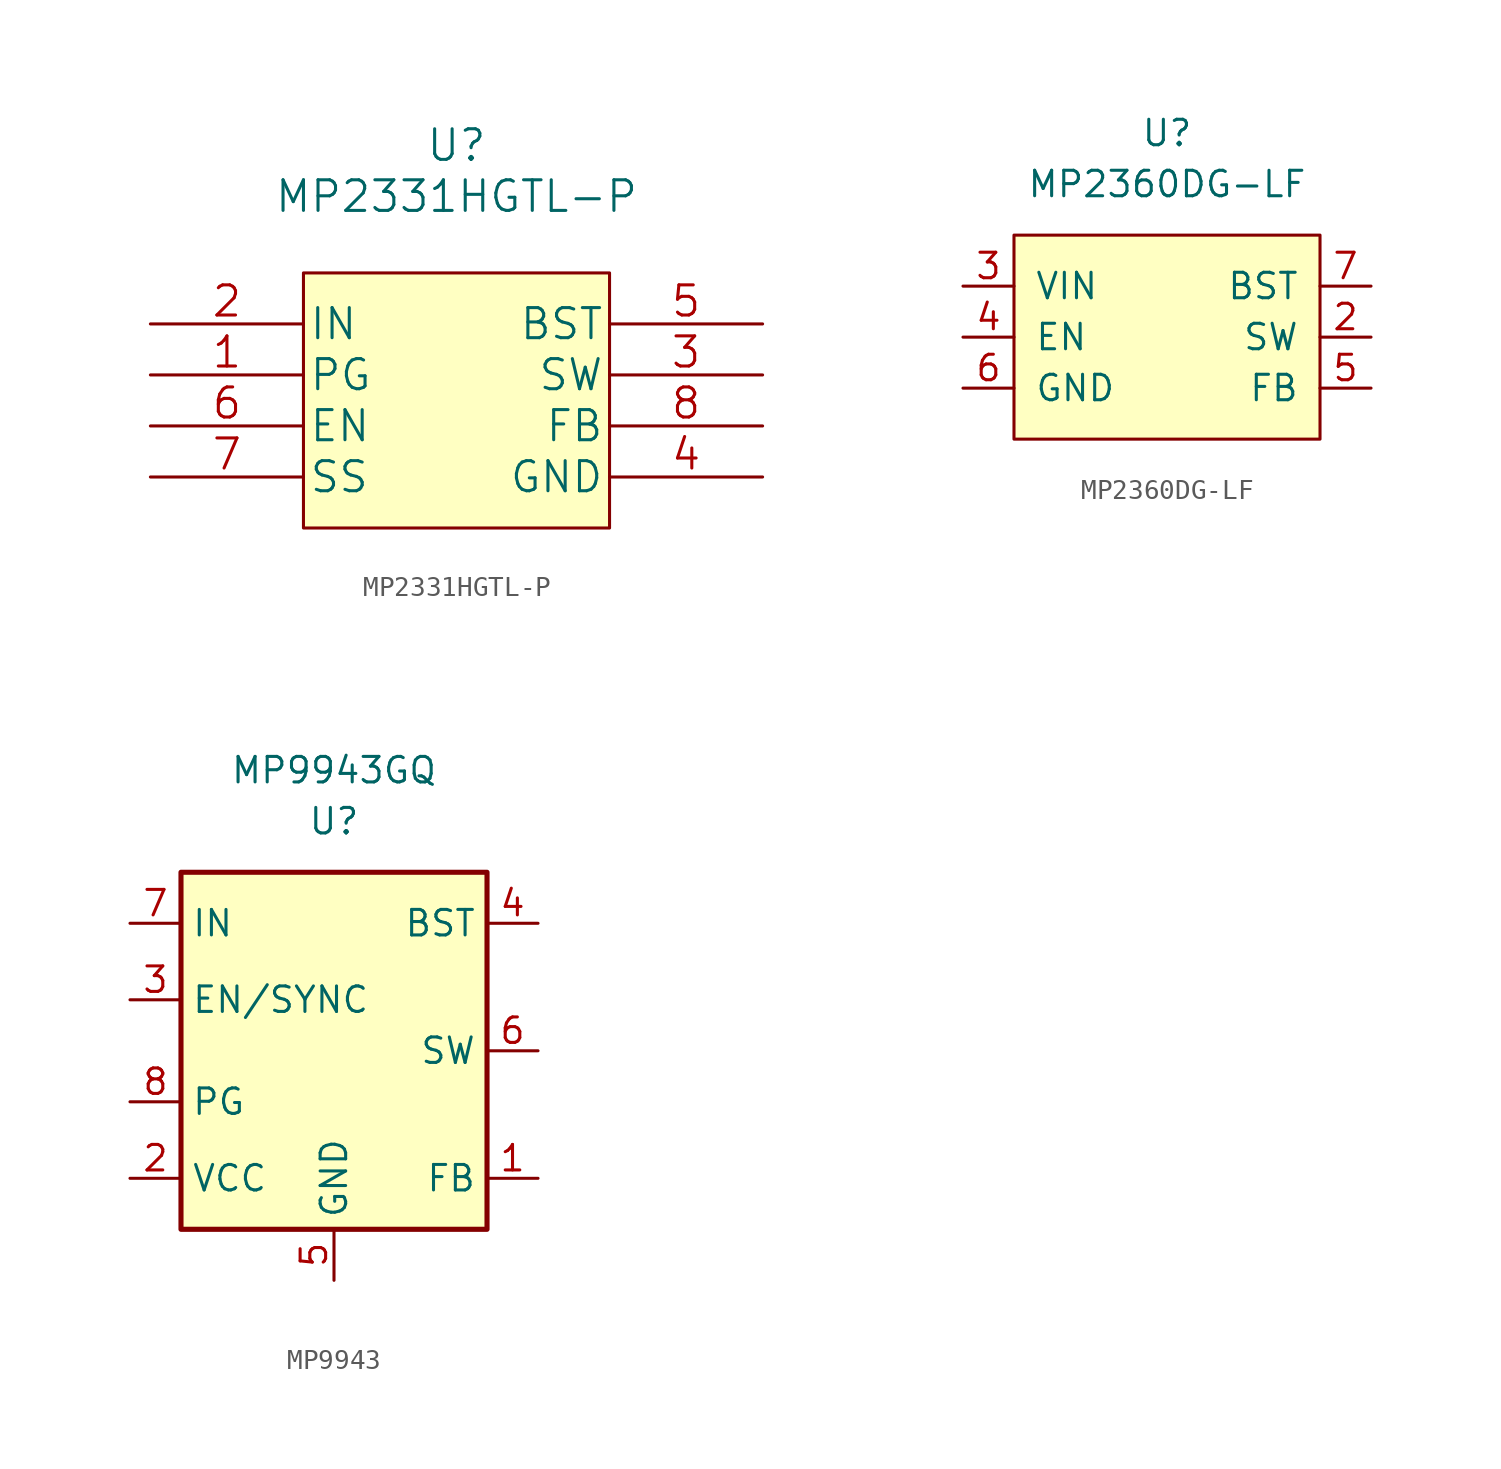
<source format=kicad_sym>
(kicad_symbol_lib
  (version 20220914)
  (generator kicad_symbol_editor)
  (symbol "MP2331HGTL-P"
    (pin_names
      (offset 0.254))
    (property "Reference" "U"
      (at 0 12.7 0)
      (effects (font (size 1.524 1.524))))
    (property "Value" "MP2331HGTL-P"
      (at 0 10.16 0)
      (effects (font (size 1.524 1.524))))
    (property "Datasheet" ""
      (at -15.24 3.81 0)
      (effects (font (size 1.524 1.524))))
    (symbol "MP2331HGTL-P_1_1"
      (rectangle (start -7.62 6.35) (end 7.62 -6.35) (stroke (width 0) (type default)) (fill (type background)))
      (pin output line (at -15.24 1.27 0) (length 7.62) (name "PG" (effects (font (size 1.499 1.499)))) (number "1" (effects (font (size 1.499 1.499)))))
      (pin power_in line (at -15.24 3.81 0) (length 7.62) (name "IN" (effects (font (size 1.499 1.499)))) (number "2" (effects (font (size 1.499 1.499)))))
      (pin output line (at 15.24 1.27 180) (length 7.62) (name "SW" (effects (font (size 1.499 1.499)))) (number "3" (effects (font (size 1.499 1.499)))))
      (pin power_in line (at 15.24 -3.81 180) (length 7.62) (name "GND" (effects (font (size 1.499 1.499)))) (number "4" (effects (font (size 1.499 1.499)))))
      (pin unspecified line (at 15.24 3.81 180) (length 7.62) (name "BST" (effects (font (size 1.499 1.499)))) (number "5" (effects (font (size 1.499 1.499)))))
      (pin unspecified line (at -15.24 -1.27 0) (length 7.62) (name "EN" (effects (font (size 1.499 1.499)))) (number "6" (effects (font (size 1.499 1.499)))))
      (pin unspecified line (at -15.24 -3.81 0) (length 7.62) (name "SS" (effects (font (size 1.499 1.499)))) (number "7" (effects (font (size 1.499 1.499)))))
      (pin unspecified line (at 15.24 -1.27 180) (length 7.62) (name "FB" (effects (font (size 1.499 1.499)))) (number "8" (effects (font (size 1.499 1.499)))))))
  (symbol "MP2360DG-LF"
    (pin_names
      (offset 1.016))
    (property "Reference" "U"
      (at 0 10.16 0)
      (effects (font (size 1.27 1.27))))
    (property "Value" "MP2360DG-LF"
      (at 0 7.62 0)
      (effects (font (size 1.27 1.27))))
    (symbol "MP2360DG-LF_0_1"
      (rectangle (start -7.62 5.08) (end 7.62 -5.08) (stroke (width 0) (type default)) (fill (type background))))
    (symbol "MP2360DG-LF_1_1"
      (pin passive line (at 10.16 0 180) (length 2.54) (name "SW" (effects (font (size 1.27 1.27)))) (number "2" (effects (font (size 1.27 1.27)))))
      (pin power_in line (at -10.16 2.54 0) (length 2.54) (name "VIN" (effects (font (size 1.27 1.27)))) (number "3" (effects (font (size 1.27 1.27)))))
      (pin input line (at -10.16 0 0) (length 2.54) (name "EN" (effects (font (size 1.27 1.27)))) (number "4" (effects (font (size 1.27 1.27)))))
      (pin passive line (at 10.16 -2.54 180) (length 2.54) (name "FB" (effects (font (size 1.27 1.27)))) (number "5" (effects (font (size 1.27 1.27)))))
      (pin power_in line (at -10.16 -2.54 0) (length 2.54) (name "GND" (effects (font (size 1.27 1.27)))) (number "6" (effects (font (size 1.27 1.27)))))
      (pin passive line (at 10.16 2.54 180) (length 2.54) (name "BST" (effects (font (size 1.27 1.27)))) (number "7" (effects (font (size 1.27 1.27)))))))
  (symbol "MP9943"
    (property "Reference" "U"
      (at 0 11.43 0)
      (effects (font (size 1.27 1.27))))
    (property "Value" "MP9943GQ"
      (at 0 13.97 0)
      (effects (font (size 1.27 1.27))))
    (symbol "MP9943_0_1"
      (rectangle (start -7.62 8.89) (end 7.62 -8.89) (stroke (width 0.254) (type default)) (fill (type background))))
    (symbol "MP9943_1_1"
      (pin input line (at 10.16 -6.35 180) (length 2.54) (name "FB" (effects (font (size 1.27 1.27)))) (number "1" (effects (font (size 1.27 1.27)))))
      (pin input line (at -10.16 -6.35 0) (length 2.54) (name "VCC" (effects (font (size 1.27 1.27)))) (number "2" (effects (font (size 1.27 1.27)))))
      (pin input line (at -10.16 2.54 0) (length 2.54) (name "EN/SYNC" (effects (font (size 1.27 1.27)))) (number "3" (effects (font (size 1.27 1.27)))))
      (pin bidirectional line (at 10.16 6.35 180) (length 2.54) (name "BST" (effects (font (size 1.27 1.27)))) (number "4" (effects (font (size 1.27 1.27)))))
      (pin power_in line (at 0 -11.43 90) (length 2.54) (name "GND" (effects (font (size 1.27 1.27)))) (number "5" (effects (font (size 1.27 1.27)))))
      (pin output line (at 10.16 0 180) (length 2.54) (name "SW" (effects (font (size 1.27 1.27)))) (number "6" (effects (font (size 1.27 1.27)))))
      (pin power_in line (at -10.16 6.35 0) (length 2.54) (name "IN" (effects (font (size 1.27 1.27)))) (number "7" (effects (font (size 1.27 1.27)))))
      (pin output line (at -10.16 -2.54 0) (length 2.54) (name "PG" (effects (font (size 1.27 1.27)))) (number "8" (effects (font (size 1.27 1.27))))))))
</source>
